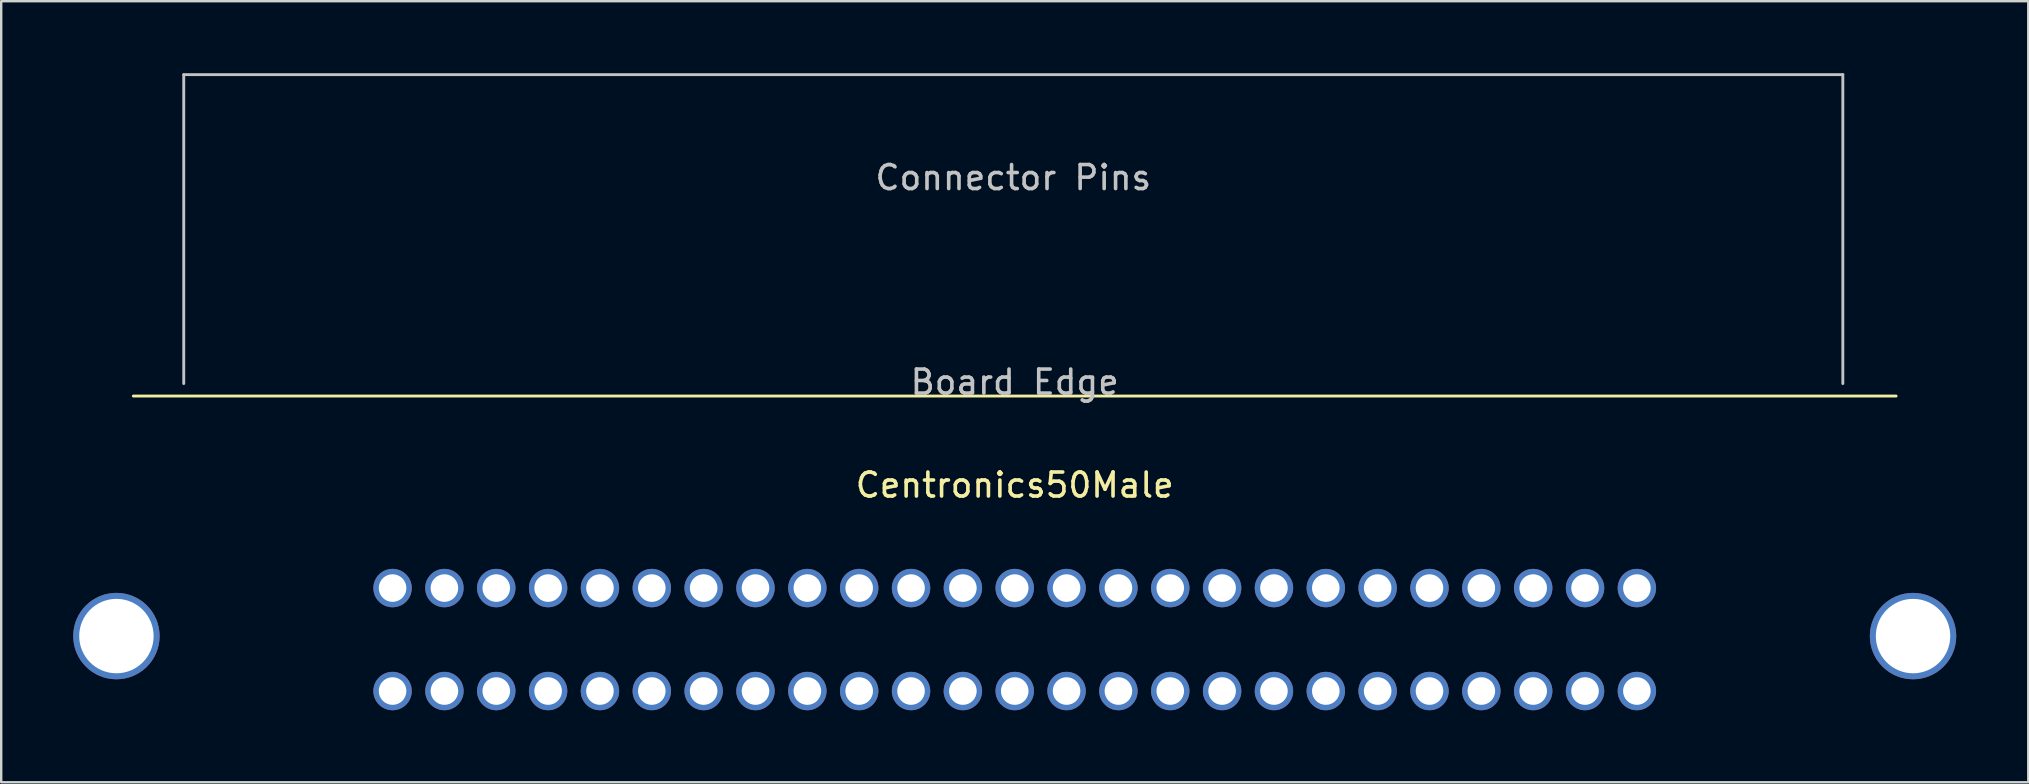
<source format=kicad_pcb>
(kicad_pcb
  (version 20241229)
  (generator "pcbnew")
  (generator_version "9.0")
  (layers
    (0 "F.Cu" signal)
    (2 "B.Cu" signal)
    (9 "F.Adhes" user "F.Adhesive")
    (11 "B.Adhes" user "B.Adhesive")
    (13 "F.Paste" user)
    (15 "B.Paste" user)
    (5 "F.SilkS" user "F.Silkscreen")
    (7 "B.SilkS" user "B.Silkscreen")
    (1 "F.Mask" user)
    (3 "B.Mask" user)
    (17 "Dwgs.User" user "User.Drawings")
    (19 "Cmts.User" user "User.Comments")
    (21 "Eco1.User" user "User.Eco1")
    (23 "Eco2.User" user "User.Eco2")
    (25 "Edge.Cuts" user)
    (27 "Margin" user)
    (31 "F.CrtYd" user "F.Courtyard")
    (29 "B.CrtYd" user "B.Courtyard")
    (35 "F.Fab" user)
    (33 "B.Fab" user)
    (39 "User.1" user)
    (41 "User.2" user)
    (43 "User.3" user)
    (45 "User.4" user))
  (footprint "Centronics50Male"
    (layer "F.Cu")
    (at 39.225 8.58)
    (property "Reference" "Centronics50Male" (at 0 8.58 0) (layer "F.SilkS") (effects (font (size 1 1) (thickness 0.15))))
    (attr through_hole)
    (fp_line (start 36.72 4.87) (end -36.72 4.87) (stroke (width 0.12) (type solid)) (layer "F.SilkS"))
    (fp_line (start -34.62 -8.52) (end -34.62 4.35) (stroke (width 0.12) (type solid)) (layer "Dwgs.User"))
    (fp_line (start 34.5 -8.52) (end -34.62 -8.52) (stroke (width 0.12) (type solid)) (layer "Dwgs.User"))
    (fp_line (start 34.5 4.35) (end 34.5 -8.52) (stroke (width 0.12) (type solid)) (layer "Dwgs.User"))
    (fp_text user "Connector Pins" (at -0.06 -4.23 180) (layer "Dwgs.User") (effects (font (size 1 1) (thickness 0.15))))
    (fp_text user "Board Edge" (at 0 4.29 0) (layer "Dwgs.User") (effects (font (size 1 1) (thickness 0.15))))
    (pad "0" thru_hole circle (at -37.425 14.87) (size 3.6 3.6) (drill 3.1) (layers "*.Cu" "*.Mask"))
    (pad "0" thru_hole circle (at 37.425 14.87) (size 3.6 3.6) (drill 3.1) (layers "*.Cu" "*.Mask"))
    (pad "1" thru_hole circle (at 25.92 17.16) (size 1.6 1.6) (drill 1.15) (layers "*.Cu" "*.Mask"))
    (pad "2" thru_hole circle (at 23.76 17.16) (size 1.6 1.6) (drill 1.15) (layers "*.Cu" "*.Mask"))
    (pad "3" thru_hole circle (at 21.6 17.16) (size 1.6 1.6) (drill 1.15) (layers "*.Cu" "*.Mask"))
    (pad "4" thru_hole circle (at 19.44 17.16) (size 1.6 1.6) (drill 1.15) (layers "*.Cu" "*.Mask"))
    (pad "5" thru_hole circle (at 17.28 17.16) (size 1.6 1.6) (drill 1.15) (layers "*.Cu" "*.Mask"))
    (pad "6" thru_hole circle (at 15.12 17.16) (size 1.6 1.6) (drill 1.15) (layers "*.Cu" "*.Mask"))
    (pad "7" thru_hole circle (at 12.96 17.16) (size 1.6 1.6) (drill 1.15) (layers "*.Cu" "*.Mask"))
    (pad "8" thru_hole circle (at 10.8 17.16) (size 1.6 1.6) (drill 1.15) (layers "*.Cu" "*.Mask"))
    (pad "9" thru_hole circle (at 8.64 17.16) (size 1.6 1.6) (drill 1.15) (layers "*.Cu" "*.Mask"))
    (pad "10" thru_hole circle (at 6.48 17.16) (size 1.6 1.6) (drill 1.15) (layers "*.Cu" "*.Mask"))
    (pad "11" thru_hole circle (at 4.32 17.16) (size 1.6 1.6) (drill 1.15) (layers "*.Cu" "*.Mask"))
    (pad "12" thru_hole circle (at 2.16 17.16) (size 1.6 1.6) (drill 1.15) (layers "*.Cu" "*.Mask"))
    (pad "13" thru_hole circle (at 0 17.16) (size 1.6 1.6) (drill 1.15) (layers "*.Cu" "*.Mask"))
    (pad "14" thru_hole circle (at -2.16 17.16) (size 1.6 1.6) (drill 1.15) (layers "*.Cu" "*.Mask"))
    (pad "15" thru_hole circle (at -4.32 17.16) (size 1.6 1.6) (drill 1.15) (layers "*.Cu" "*.Mask"))
    (pad "16" thru_hole circle (at -6.48 17.16) (size 1.6 1.6) (drill 1.15) (layers "*.Cu" "*.Mask"))
    (pad "17" thru_hole circle (at -8.64 17.16) (size 1.6 1.6) (drill 1.15) (layers "*.Cu" "*.Mask"))
    (pad "18" thru_hole circle (at -10.8 17.16) (size 1.6 1.6) (drill 1.15) (layers "*.Cu" "*.Mask"))
    (pad "19" thru_hole circle (at -12.96 17.16) (size 1.6 1.6) (drill 1.15) (layers "*.Cu" "*.Mask"))
    (pad "20" thru_hole circle (at -15.12 17.16) (size 1.6 1.6) (drill 1.15) (layers "*.Cu" "*.Mask"))
    (pad "21" thru_hole circle (at -17.28 17.16) (size 1.6 1.6) (drill 1.15) (layers "*.Cu" "*.Mask"))
    (pad "22" thru_hole circle (at -19.44 17.16) (size 1.6 1.6) (drill 1.15) (layers "*.Cu" "*.Mask"))
    (pad "23" thru_hole circle (at -21.6 17.16) (size 1.6 1.6) (drill 1.15) (layers "*.Cu" "*.Mask"))
    (pad "24" thru_hole circle (at -23.76 17.16) (size 1.6 1.6) (drill 1.15) (layers "*.Cu" "*.Mask"))
    (pad "25" thru_hole circle (at -25.92 17.16) (size 1.6 1.6) (drill 1.15) (layers "*.Cu" "*.Mask"))
    (pad "26" thru_hole circle (at 25.92 12.87) (size 1.6 1.6) (drill 1.15) (layers "*.Cu" "*.Mask"))
    (pad "27" thru_hole circle (at 23.76 12.87) (size 1.6 1.6) (drill 1.15) (layers "*.Cu" "*.Mask"))
    (pad "28" thru_hole circle (at 21.6 12.87) (size 1.6 1.6) (drill 1.15) (layers "*.Cu" "*.Mask"))
    (pad "29" thru_hole circle (at 19.44 12.87) (size 1.6 1.6) (drill 1.15) (layers "*.Cu" "*.Mask"))
    (pad "30" thru_hole circle (at 17.28 12.87) (size 1.6 1.6) (drill 1.15) (layers "*.Cu" "*.Mask"))
    (pad "31" thru_hole circle (at 15.12 12.87) (size 1.6 1.6) (drill 1.15) (layers "*.Cu" "*.Mask"))
    (pad "32" thru_hole circle (at 12.96 12.87) (size 1.6 1.6) (drill 1.15) (layers "*.Cu" "*.Mask"))
    (pad "33" thru_hole circle (at 10.8 12.87) (size 1.6 1.6) (drill 1.15) (layers "*.Cu" "*.Mask"))
    (pad "34" thru_hole circle (at 8.64 12.87) (size 1.6 1.6) (drill 1.15) (layers "*.Cu" "*.Mask"))
    (pad "35" thru_hole circle (at 6.48 12.87) (size 1.6 1.6) (drill 1.15) (layers "*.Cu" "*.Mask"))
    (pad "36" thru_hole circle (at 4.32 12.87) (size 1.6 1.6) (drill 1.15) (layers "*.Cu" "*.Mask"))
    (pad "37" thru_hole circle (at 2.16 12.87) (size 1.6 1.6) (drill 1.15) (layers "*.Cu" "*.Mask"))
    (pad "38" thru_hole circle (at 0 12.87) (size 1.6 1.6) (drill 1.15) (layers "*.Cu" "*.Mask"))
    (pad "39" thru_hole circle (at -2.16 12.87) (size 1.6 1.6) (drill 1.15) (layers "*.Cu" "*.Mask"))
    (pad "40" thru_hole circle (at -4.32 12.87) (size 1.6 1.6) (drill 1.15) (layers "*.Cu" "*.Mask"))
    (pad "41" thru_hole circle (at -6.48 12.87) (size 1.6 1.6) (drill 1.15) (layers "*.Cu" "*.Mask"))
    (pad "42" thru_hole circle (at -8.64 12.87) (size 1.6 1.6) (drill 1.15) (layers "*.Cu" "*.Mask"))
    (pad "43" thru_hole circle (at -10.8 12.87) (size 1.6 1.6) (drill 1.15) (layers "*.Cu" "*.Mask"))
    (pad "44" thru_hole circle (at -12.96 12.87) (size 1.6 1.6) (drill 1.15) (layers "*.Cu" "*.Mask"))
    (pad "45" thru_hole circle (at -15.12 12.87) (size 1.6 1.6) (drill 1.15) (layers "*.Cu" "*.Mask"))
    (pad "46" thru_hole circle (at -17.28 12.87) (size 1.6 1.6) (drill 1.15) (layers "*.Cu" "*.Mask"))
    (pad "47" thru_hole circle (at -19.44 12.87) (size 1.6 1.6) (drill 1.15) (layers "*.Cu" "*.Mask"))
    (pad "48" thru_hole circle (at -21.6 12.87) (size 1.6 1.6) (drill 1.15) (layers "*.Cu" "*.Mask"))
    (pad "49" thru_hole circle (at -23.76 12.87) (size 1.6 1.6) (drill 1.15) (layers "*.Cu" "*.Mask"))
    (pad "50" thru_hole circle (at -25.92 12.87) (size 1.6 1.6) (drill 1.15) (layers "*.Cu" "*.Mask")))
  (gr_rect
    (start -3 -3)
    (end 81.45 29.54)
    (stroke (width 0.1) (type default))
    (fill no)
    (layer "Edge.Cuts")))
</source>
